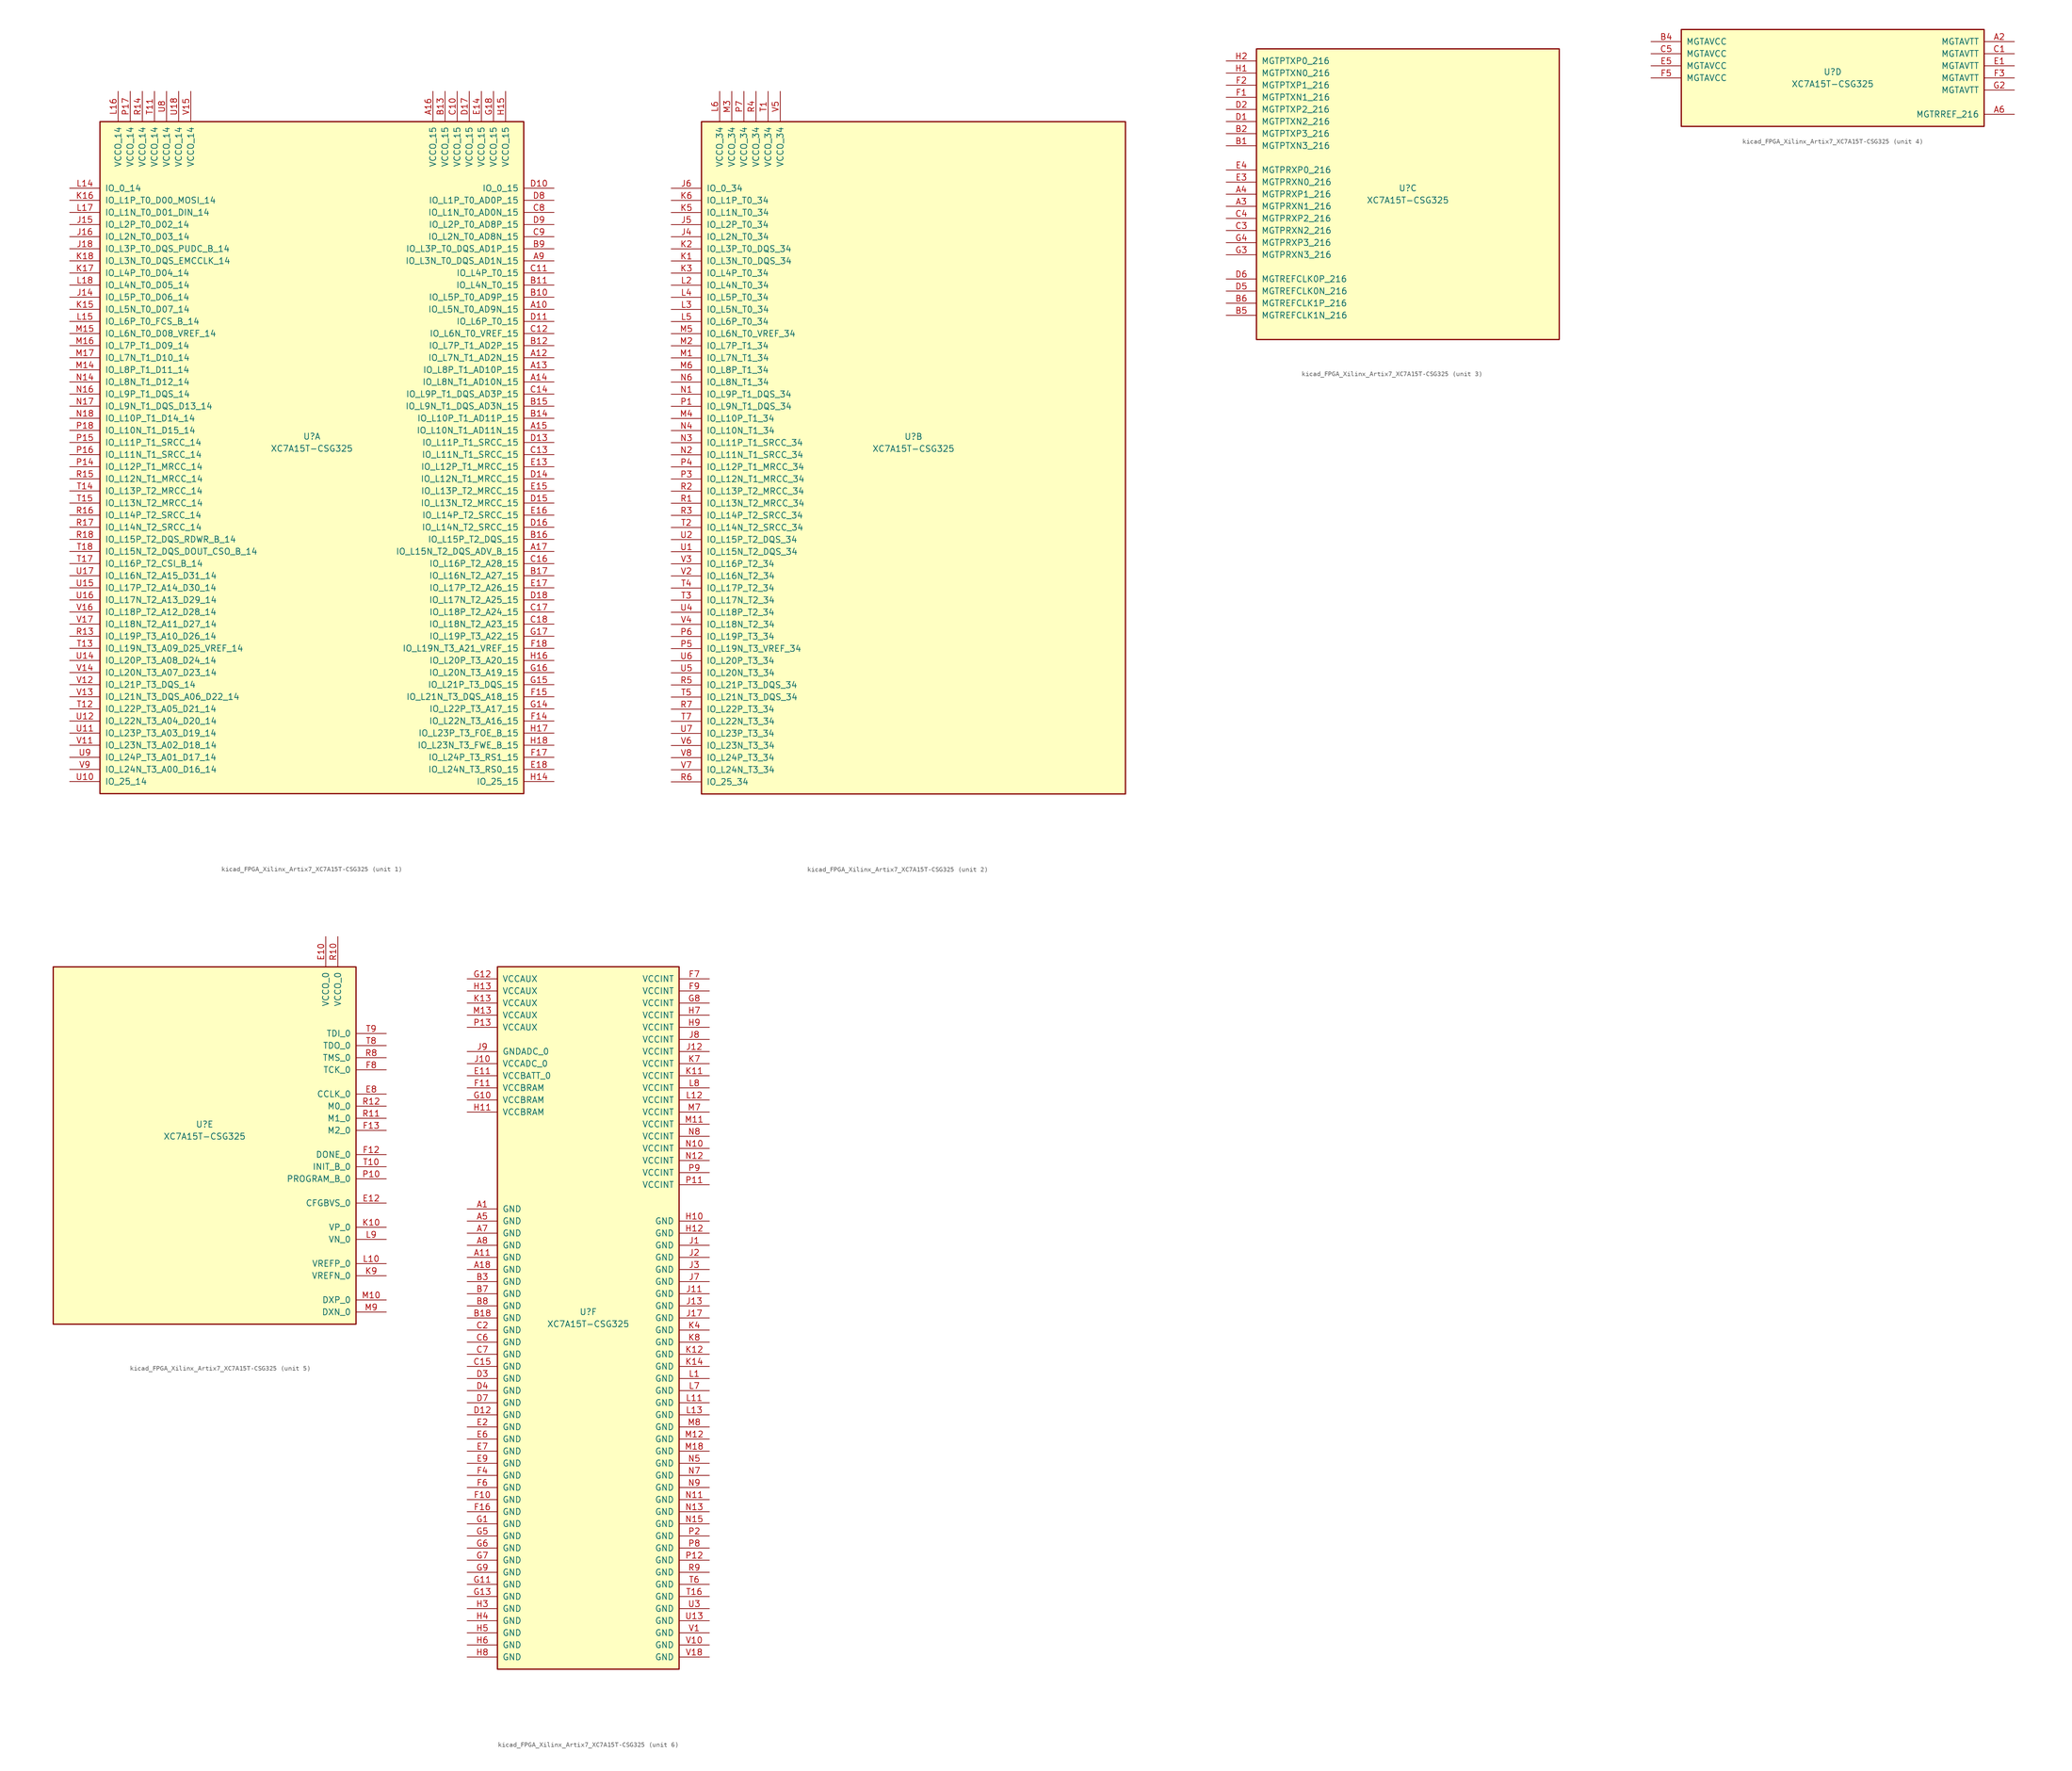
<source format=kicad_sym>
(kicad_symbol_lib
  (version 20220914)
  (generator kicad_symbol_editor)
  (symbol "kicad_FPGA_Xilinx_Artix7_XC7A15T-CSG325"
    (pin_names
      (offset 1.016))
    (property "Reference" "U"
      (at 0 1.27 0)
      (effects (font (size 1.27 1.27))))
    (property "Value" "XC7A15T-CSG325"
      (at 0 -1.27 0)
      (effects (font (size 1.27 1.27))))
    (property "Datasheet" ""
      (at 0 0 0)
      (effects (font (size 1.27 1.27))))
    (property "ki_locked" ""
      (at 0 0 0)
      (effects (font (size 1.27 1.27))))
    (symbol "kicad_FPGA_Xilinx_Artix7_XC7A15T-CSG325_1_1"
      (rectangle (start -44.45 67.31) (end 44.45 -73.66) (stroke (width 0.254) (type default)) (fill (type background)))
      (pin bidirectional line (at 50.8 27.94 180) (length 6.35) (name "IO_L5N_T0_AD9N_15" (effects (font (size 1.27 1.27)))) (number "A10" (effects (font (size 1.27 1.27)))))
      (pin bidirectional line (at 50.8 17.78 180) (length 6.35) (name "IO_L7N_T1_AD2N_15" (effects (font (size 1.27 1.27)))) (number "A12" (effects (font (size 1.27 1.27)))))
      (pin bidirectional line (at 50.8 15.24 180) (length 6.35) (name "IO_L8P_T1_AD10P_15" (effects (font (size 1.27 1.27)))) (number "A13" (effects (font (size 1.27 1.27)))))
      (pin bidirectional line (at 50.8 12.7 180) (length 6.35) (name "IO_L8N_T1_AD10N_15" (effects (font (size 1.27 1.27)))) (number "A14" (effects (font (size 1.27 1.27)))))
      (pin bidirectional line (at 50.8 2.54 180) (length 6.35) (name "IO_L10N_T1_AD11N_15" (effects (font (size 1.27 1.27)))) (number "A15" (effects (font (size 1.27 1.27)))))
      (pin power_in line (at 25.4 73.66 270) (length 6.35) (name "VCCO_15" (effects (font (size 1.27 1.27)))) (number "A16" (effects (font (size 1.27 1.27)))))
      (pin bidirectional line (at 50.8 -22.86 180) (length 6.35) (name "IO_L15N_T2_DQS_ADV_B_15" (effects (font (size 1.27 1.27)))) (number "A17" (effects (font (size 1.27 1.27)))))
      (pin bidirectional line (at 50.8 38.1 180) (length 6.35) (name "IO_L3N_T0_DQS_AD1N_15" (effects (font (size 1.27 1.27)))) (number "A9" (effects (font (size 1.27 1.27)))))
      (pin bidirectional line (at 50.8 30.48 180) (length 6.35) (name "IO_L5P_T0_AD9P_15" (effects (font (size 1.27 1.27)))) (number "B10" (effects (font (size 1.27 1.27)))))
      (pin bidirectional line (at 50.8 33.02 180) (length 6.35) (name "IO_L4N_T0_15" (effects (font (size 1.27 1.27)))) (number "B11" (effects (font (size 1.27 1.27)))))
      (pin bidirectional line (at 50.8 20.32 180) (length 6.35) (name "IO_L7P_T1_AD2P_15" (effects (font (size 1.27 1.27)))) (number "B12" (effects (font (size 1.27 1.27)))))
      (pin power_in line (at 27.94 73.66 270) (length 6.35) (name "VCCO_15" (effects (font (size 1.27 1.27)))) (number "B13" (effects (font (size 1.27 1.27)))))
      (pin bidirectional line (at 50.8 5.08 180) (length 6.35) (name "IO_L10P_T1_AD11P_15" (effects (font (size 1.27 1.27)))) (number "B14" (effects (font (size 1.27 1.27)))))
      (pin bidirectional line (at 50.8 7.62 180) (length 6.35) (name "IO_L9N_T1_DQS_AD3N_15" (effects (font (size 1.27 1.27)))) (number "B15" (effects (font (size 1.27 1.27)))))
      (pin bidirectional line (at 50.8 -20.32 180) (length 6.35) (name "IO_L15P_T2_DQS_15" (effects (font (size 1.27 1.27)))) (number "B16" (effects (font (size 1.27 1.27)))))
      (pin bidirectional line (at 50.8 -27.94 180) (length 6.35) (name "IO_L16N_T2_A27_15" (effects (font (size 1.27 1.27)))) (number "B17" (effects (font (size 1.27 1.27)))))
      (pin bidirectional line (at 50.8 40.64 180) (length 6.35) (name "IO_L3P_T0_DQS_AD1P_15" (effects (font (size 1.27 1.27)))) (number "B9" (effects (font (size 1.27 1.27)))))
      (pin power_in line (at 30.48 73.66 270) (length 6.35) (name "VCCO_15" (effects (font (size 1.27 1.27)))) (number "C10" (effects (font (size 1.27 1.27)))))
      (pin bidirectional line (at 50.8 35.56 180) (length 6.35) (name "IO_L4P_T0_15" (effects (font (size 1.27 1.27)))) (number "C11" (effects (font (size 1.27 1.27)))))
      (pin bidirectional line (at 50.8 22.86 180) (length 6.35) (name "IO_L6N_T0_VREF_15" (effects (font (size 1.27 1.27)))) (number "C12" (effects (font (size 1.27 1.27)))))
      (pin bidirectional line (at 50.8 -2.54 180) (length 6.35) (name "IO_L11N_T1_SRCC_15" (effects (font (size 1.27 1.27)))) (number "C13" (effects (font (size 1.27 1.27)))))
      (pin bidirectional line (at 50.8 10.16 180) (length 6.35) (name "IO_L9P_T1_DQS_AD3P_15" (effects (font (size 1.27 1.27)))) (number "C14" (effects (font (size 1.27 1.27)))))
      (pin bidirectional line (at 50.8 -25.4 180) (length 6.35) (name "IO_L16P_T2_A28_15" (effects (font (size 1.27 1.27)))) (number "C16" (effects (font (size 1.27 1.27)))))
      (pin bidirectional line (at 50.8 -35.56 180) (length 6.35) (name "IO_L18P_T2_A24_15" (effects (font (size 1.27 1.27)))) (number "C17" (effects (font (size 1.27 1.27)))))
      (pin bidirectional line (at 50.8 -38.1 180) (length 6.35) (name "IO_L18N_T2_A23_15" (effects (font (size 1.27 1.27)))) (number "C18" (effects (font (size 1.27 1.27)))))
      (pin bidirectional line (at 50.8 48.26 180) (length 6.35) (name "IO_L1N_T0_AD0N_15" (effects (font (size 1.27 1.27)))) (number "C8" (effects (font (size 1.27 1.27)))))
      (pin bidirectional line (at 50.8 43.18 180) (length 6.35) (name "IO_L2N_T0_AD8N_15" (effects (font (size 1.27 1.27)))) (number "C9" (effects (font (size 1.27 1.27)))))
      (pin bidirectional line (at 50.8 53.34 180) (length 6.35) (name "IO_0_15" (effects (font (size 1.27 1.27)))) (number "D10" (effects (font (size 1.27 1.27)))))
      (pin bidirectional line (at 50.8 25.4 180) (length 6.35) (name "IO_L6P_T0_15" (effects (font (size 1.27 1.27)))) (number "D11" (effects (font (size 1.27 1.27)))))
      (pin bidirectional line (at 50.8 0 180) (length 6.35) (name "IO_L11P_T1_SRCC_15" (effects (font (size 1.27 1.27)))) (number "D13" (effects (font (size 1.27 1.27)))))
      (pin bidirectional line (at 50.8 -7.62 180) (length 6.35) (name "IO_L12N_T1_MRCC_15" (effects (font (size 1.27 1.27)))) (number "D14" (effects (font (size 1.27 1.27)))))
      (pin bidirectional line (at 50.8 -12.7 180) (length 6.35) (name "IO_L13N_T2_MRCC_15" (effects (font (size 1.27 1.27)))) (number "D15" (effects (font (size 1.27 1.27)))))
      (pin bidirectional line (at 50.8 -17.78 180) (length 6.35) (name "IO_L14N_T2_SRCC_15" (effects (font (size 1.27 1.27)))) (number "D16" (effects (font (size 1.27 1.27)))))
      (pin power_in line (at 33.02 73.66 270) (length 6.35) (name "VCCO_15" (effects (font (size 1.27 1.27)))) (number "D17" (effects (font (size 1.27 1.27)))))
      (pin bidirectional line (at 50.8 -33.02 180) (length 6.35) (name "IO_L17N_T2_A25_15" (effects (font (size 1.27 1.27)))) (number "D18" (effects (font (size 1.27 1.27)))))
      (pin bidirectional line (at 50.8 50.8 180) (length 6.35) (name "IO_L1P_T0_AD0P_15" (effects (font (size 1.27 1.27)))) (number "D8" (effects (font (size 1.27 1.27)))))
      (pin bidirectional line (at 50.8 45.72 180) (length 6.35) (name "IO_L2P_T0_AD8P_15" (effects (font (size 1.27 1.27)))) (number "D9" (effects (font (size 1.27 1.27)))))
      (pin bidirectional line (at 50.8 -5.08 180) (length 6.35) (name "IO_L12P_T1_MRCC_15" (effects (font (size 1.27 1.27)))) (number "E13" (effects (font (size 1.27 1.27)))))
      (pin power_in line (at 35.56 73.66 270) (length 6.35) (name "VCCO_15" (effects (font (size 1.27 1.27)))) (number "E14" (effects (font (size 1.27 1.27)))))
      (pin bidirectional line (at 50.8 -10.16 180) (length 6.35) (name "IO_L13P_T2_MRCC_15" (effects (font (size 1.27 1.27)))) (number "E15" (effects (font (size 1.27 1.27)))))
      (pin bidirectional line (at 50.8 -15.24 180) (length 6.35) (name "IO_L14P_T2_SRCC_15" (effects (font (size 1.27 1.27)))) (number "E16" (effects (font (size 1.27 1.27)))))
      (pin bidirectional line (at 50.8 -30.48 180) (length 6.35) (name "IO_L17P_T2_A26_15" (effects (font (size 1.27 1.27)))) (number "E17" (effects (font (size 1.27 1.27)))))
      (pin bidirectional line (at 50.8 -68.58 180) (length 6.35) (name "IO_L24N_T3_RS0_15" (effects (font (size 1.27 1.27)))) (number "E18" (effects (font (size 1.27 1.27)))))
      (pin bidirectional line (at 50.8 -58.42 180) (length 6.35) (name "IO_L22N_T3_A16_15" (effects (font (size 1.27 1.27)))) (number "F14" (effects (font (size 1.27 1.27)))))
      (pin bidirectional line (at 50.8 -53.34 180) (length 6.35) (name "IO_L21N_T3_DQS_A18_15" (effects (font (size 1.27 1.27)))) (number "F15" (effects (font (size 1.27 1.27)))))
      (pin bidirectional line (at 50.8 -66.04 180) (length 6.35) (name "IO_L24P_T3_RS1_15" (effects (font (size 1.27 1.27)))) (number "F17" (effects (font (size 1.27 1.27)))))
      (pin bidirectional line (at 50.8 -43.18 180) (length 6.35) (name "IO_L19N_T3_A21_VREF_15" (effects (font (size 1.27 1.27)))) (number "F18" (effects (font (size 1.27 1.27)))))
      (pin bidirectional line (at 50.8 -55.88 180) (length 6.35) (name "IO_L22P_T3_A17_15" (effects (font (size 1.27 1.27)))) (number "G14" (effects (font (size 1.27 1.27)))))
      (pin bidirectional line (at 50.8 -50.8 180) (length 6.35) (name "IO_L21P_T3_DQS_15" (effects (font (size 1.27 1.27)))) (number "G15" (effects (font (size 1.27 1.27)))))
      (pin bidirectional line (at 50.8 -48.26 180) (length 6.35) (name "IO_L20N_T3_A19_15" (effects (font (size 1.27 1.27)))) (number "G16" (effects (font (size 1.27 1.27)))))
      (pin bidirectional line (at 50.8 -40.64 180) (length 6.35) (name "IO_L19P_T3_A22_15" (effects (font (size 1.27 1.27)))) (number "G17" (effects (font (size 1.27 1.27)))))
      (pin power_in line (at 38.1 73.66 270) (length 6.35) (name "VCCO_15" (effects (font (size 1.27 1.27)))) (number "G18" (effects (font (size 1.27 1.27)))))
      (pin bidirectional line (at 50.8 -71.12 180) (length 6.35) (name "IO_25_15" (effects (font (size 1.27 1.27)))) (number "H14" (effects (font (size 1.27 1.27)))))
      (pin power_in line (at 40.64 73.66 270) (length 6.35) (name "VCCO_15" (effects (font (size 1.27 1.27)))) (number "H15" (effects (font (size 1.27 1.27)))))
      (pin bidirectional line (at 50.8 -45.72 180) (length 6.35) (name "IO_L20P_T3_A20_15" (effects (font (size 1.27 1.27)))) (number "H16" (effects (font (size 1.27 1.27)))))
      (pin bidirectional line (at 50.8 -60.96 180) (length 6.35) (name "IO_L23P_T3_FOE_B_15" (effects (font (size 1.27 1.27)))) (number "H17" (effects (font (size 1.27 1.27)))))
      (pin bidirectional line (at 50.8 -63.5 180) (length 6.35) (name "IO_L23N_T3_FWE_B_15" (effects (font (size 1.27 1.27)))) (number "H18" (effects (font (size 1.27 1.27)))))
      (pin bidirectional line (at -50.8 30.48 0) (length 6.35) (name "IO_L5P_T0_D06_14" (effects (font (size 1.27 1.27)))) (number "J14" (effects (font (size 1.27 1.27)))))
      (pin bidirectional line (at -50.8 45.72 0) (length 6.35) (name "IO_L2P_T0_D02_14" (effects (font (size 1.27 1.27)))) (number "J15" (effects (font (size 1.27 1.27)))))
      (pin bidirectional line (at -50.8 43.18 0) (length 6.35) (name "IO_L2N_T0_D03_14" (effects (font (size 1.27 1.27)))) (number "J16" (effects (font (size 1.27 1.27)))))
      (pin bidirectional line (at -50.8 40.64 0) (length 6.35) (name "IO_L3P_T0_DQS_PUDC_B_14" (effects (font (size 1.27 1.27)))) (number "J18" (effects (font (size 1.27 1.27)))))
      (pin bidirectional line (at -50.8 27.94 0) (length 6.35) (name "IO_L5N_T0_D07_14" (effects (font (size 1.27 1.27)))) (number "K15" (effects (font (size 1.27 1.27)))))
      (pin bidirectional line (at -50.8 50.8 0) (length 6.35) (name "IO_L1P_T0_D00_MOSI_14" (effects (font (size 1.27 1.27)))) (number "K16" (effects (font (size 1.27 1.27)))))
      (pin bidirectional line (at -50.8 35.56 0) (length 6.35) (name "IO_L4P_T0_D04_14" (effects (font (size 1.27 1.27)))) (number "K17" (effects (font (size 1.27 1.27)))))
      (pin bidirectional line (at -50.8 38.1 0) (length 6.35) (name "IO_L3N_T0_DQS_EMCCLK_14" (effects (font (size 1.27 1.27)))) (number "K18" (effects (font (size 1.27 1.27)))))
      (pin bidirectional line (at -50.8 53.34 0) (length 6.35) (name "IO_0_14" (effects (font (size 1.27 1.27)))) (number "L14" (effects (font (size 1.27 1.27)))))
      (pin bidirectional line (at -50.8 25.4 0) (length 6.35) (name "IO_L6P_T0_FCS_B_14" (effects (font (size 1.27 1.27)))) (number "L15" (effects (font (size 1.27 1.27)))))
      (pin power_in line (at -40.64 73.66 270) (length 6.35) (name "VCCO_14" (effects (font (size 1.27 1.27)))) (number "L16" (effects (font (size 1.27 1.27)))))
      (pin bidirectional line (at -50.8 48.26 0) (length 6.35) (name "IO_L1N_T0_D01_DIN_14" (effects (font (size 1.27 1.27)))) (number "L17" (effects (font (size 1.27 1.27)))))
      (pin bidirectional line (at -50.8 33.02 0) (length 6.35) (name "IO_L4N_T0_D05_14" (effects (font (size 1.27 1.27)))) (number "L18" (effects (font (size 1.27 1.27)))))
      (pin bidirectional line (at -50.8 15.24 0) (length 6.35) (name "IO_L8P_T1_D11_14" (effects (font (size 1.27 1.27)))) (number "M14" (effects (font (size 1.27 1.27)))))
      (pin bidirectional line (at -50.8 22.86 0) (length 6.35) (name "IO_L6N_T0_D08_VREF_14" (effects (font (size 1.27 1.27)))) (number "M15" (effects (font (size 1.27 1.27)))))
      (pin bidirectional line (at -50.8 20.32 0) (length 6.35) (name "IO_L7P_T1_D09_14" (effects (font (size 1.27 1.27)))) (number "M16" (effects (font (size 1.27 1.27)))))
      (pin bidirectional line (at -50.8 17.78 0) (length 6.35) (name "IO_L7N_T1_D10_14" (effects (font (size 1.27 1.27)))) (number "M17" (effects (font (size 1.27 1.27)))))
      (pin bidirectional line (at -50.8 12.7 0) (length 6.35) (name "IO_L8N_T1_D12_14" (effects (font (size 1.27 1.27)))) (number "N14" (effects (font (size 1.27 1.27)))))
      (pin bidirectional line (at -50.8 10.16 0) (length 6.35) (name "IO_L9P_T1_DQS_14" (effects (font (size 1.27 1.27)))) (number "N16" (effects (font (size 1.27 1.27)))))
      (pin bidirectional line (at -50.8 7.62 0) (length 6.35) (name "IO_L9N_T1_DQS_D13_14" (effects (font (size 1.27 1.27)))) (number "N17" (effects (font (size 1.27 1.27)))))
      (pin bidirectional line (at -50.8 5.08 0) (length 6.35) (name "IO_L10P_T1_D14_14" (effects (font (size 1.27 1.27)))) (number "N18" (effects (font (size 1.27 1.27)))))
      (pin bidirectional line (at -50.8 -5.08 0) (length 6.35) (name "IO_L12P_T1_MRCC_14" (effects (font (size 1.27 1.27)))) (number "P14" (effects (font (size 1.27 1.27)))))
      (pin bidirectional line (at -50.8 0 0) (length 6.35) (name "IO_L11P_T1_SRCC_14" (effects (font (size 1.27 1.27)))) (number "P15" (effects (font (size 1.27 1.27)))))
      (pin bidirectional line (at -50.8 -2.54 0) (length 6.35) (name "IO_L11N_T1_SRCC_14" (effects (font (size 1.27 1.27)))) (number "P16" (effects (font (size 1.27 1.27)))))
      (pin power_in line (at -38.1 73.66 270) (length 6.35) (name "VCCO_14" (effects (font (size 1.27 1.27)))) (number "P17" (effects (font (size 1.27 1.27)))))
      (pin bidirectional line (at -50.8 2.54 0) (length 6.35) (name "IO_L10N_T1_D15_14" (effects (font (size 1.27 1.27)))) (number "P18" (effects (font (size 1.27 1.27)))))
      (pin bidirectional line (at -50.8 -40.64 0) (length 6.35) (name "IO_L19P_T3_A10_D26_14" (effects (font (size 1.27 1.27)))) (number "R13" (effects (font (size 1.27 1.27)))))
      (pin power_in line (at -35.56 73.66 270) (length 6.35) (name "VCCO_14" (effects (font (size 1.27 1.27)))) (number "R14" (effects (font (size 1.27 1.27)))))
      (pin bidirectional line (at -50.8 -7.62 0) (length 6.35) (name "IO_L12N_T1_MRCC_14" (effects (font (size 1.27 1.27)))) (number "R15" (effects (font (size 1.27 1.27)))))
      (pin bidirectional line (at -50.8 -15.24 0) (length 6.35) (name "IO_L14P_T2_SRCC_14" (effects (font (size 1.27 1.27)))) (number "R16" (effects (font (size 1.27 1.27)))))
      (pin bidirectional line (at -50.8 -17.78 0) (length 6.35) (name "IO_L14N_T2_SRCC_14" (effects (font (size 1.27 1.27)))) (number "R17" (effects (font (size 1.27 1.27)))))
      (pin bidirectional line (at -50.8 -20.32 0) (length 6.35) (name "IO_L15P_T2_DQS_RDWR_B_14" (effects (font (size 1.27 1.27)))) (number "R18" (effects (font (size 1.27 1.27)))))
      (pin power_in line (at -33.02 73.66 270) (length 6.35) (name "VCCO_14" (effects (font (size 1.27 1.27)))) (number "T11" (effects (font (size 1.27 1.27)))))
      (pin bidirectional line (at -50.8 -55.88 0) (length 6.35) (name "IO_L22P_T3_A05_D21_14" (effects (font (size 1.27 1.27)))) (number "T12" (effects (font (size 1.27 1.27)))))
      (pin bidirectional line (at -50.8 -43.18 0) (length 6.35) (name "IO_L19N_T3_A09_D25_VREF_14" (effects (font (size 1.27 1.27)))) (number "T13" (effects (font (size 1.27 1.27)))))
      (pin bidirectional line (at -50.8 -10.16 0) (length 6.35) (name "IO_L13P_T2_MRCC_14" (effects (font (size 1.27 1.27)))) (number "T14" (effects (font (size 1.27 1.27)))))
      (pin bidirectional line (at -50.8 -12.7 0) (length 6.35) (name "IO_L13N_T2_MRCC_14" (effects (font (size 1.27 1.27)))) (number "T15" (effects (font (size 1.27 1.27)))))
      (pin bidirectional line (at -50.8 -25.4 0) (length 6.35) (name "IO_L16P_T2_CSI_B_14" (effects (font (size 1.27 1.27)))) (number "T17" (effects (font (size 1.27 1.27)))))
      (pin bidirectional line (at -50.8 -22.86 0) (length 6.35) (name "IO_L15N_T2_DQS_DOUT_CSO_B_14" (effects (font (size 1.27 1.27)))) (number "T18" (effects (font (size 1.27 1.27)))))
      (pin bidirectional line (at -50.8 -71.12 0) (length 6.35) (name "IO_25_14" (effects (font (size 1.27 1.27)))) (number "U10" (effects (font (size 1.27 1.27)))))
      (pin bidirectional line (at -50.8 -60.96 0) (length 6.35) (name "IO_L23P_T3_A03_D19_14" (effects (font (size 1.27 1.27)))) (number "U11" (effects (font (size 1.27 1.27)))))
      (pin bidirectional line (at -50.8 -58.42 0) (length 6.35) (name "IO_L22N_T3_A04_D20_14" (effects (font (size 1.27 1.27)))) (number "U12" (effects (font (size 1.27 1.27)))))
      (pin bidirectional line (at -50.8 -45.72 0) (length 6.35) (name "IO_L20P_T3_A08_D24_14" (effects (font (size 1.27 1.27)))) (number "U14" (effects (font (size 1.27 1.27)))))
      (pin bidirectional line (at -50.8 -30.48 0) (length 6.35) (name "IO_L17P_T2_A14_D30_14" (effects (font (size 1.27 1.27)))) (number "U15" (effects (font (size 1.27 1.27)))))
      (pin bidirectional line (at -50.8 -33.02 0) (length 6.35) (name "IO_L17N_T2_A13_D29_14" (effects (font (size 1.27 1.27)))) (number "U16" (effects (font (size 1.27 1.27)))))
      (pin bidirectional line (at -50.8 -27.94 0) (length 6.35) (name "IO_L16N_T2_A15_D31_14" (effects (font (size 1.27 1.27)))) (number "U17" (effects (font (size 1.27 1.27)))))
      (pin power_in line (at -27.94 73.66 270) (length 6.35) (name "VCCO_14" (effects (font (size 1.27 1.27)))) (number "U18" (effects (font (size 1.27 1.27)))))
      (pin power_in line (at -30.48 73.66 270) (length 6.35) (name "VCCO_14" (effects (font (size 1.27 1.27)))) (number "U8" (effects (font (size 1.27 1.27)))))
      (pin bidirectional line (at -50.8 -66.04 0) (length 6.35) (name "IO_L24P_T3_A01_D17_14" (effects (font (size 1.27 1.27)))) (number "U9" (effects (font (size 1.27 1.27)))))
      (pin bidirectional line (at -50.8 -63.5 0) (length 6.35) (name "IO_L23N_T3_A02_D18_14" (effects (font (size 1.27 1.27)))) (number "V11" (effects (font (size 1.27 1.27)))))
      (pin bidirectional line (at -50.8 -50.8 0) (length 6.35) (name "IO_L21P_T3_DQS_14" (effects (font (size 1.27 1.27)))) (number "V12" (effects (font (size 1.27 1.27)))))
      (pin bidirectional line (at -50.8 -53.34 0) (length 6.35) (name "IO_L21N_T3_DQS_A06_D22_14" (effects (font (size 1.27 1.27)))) (number "V13" (effects (font (size 1.27 1.27)))))
      (pin bidirectional line (at -50.8 -48.26 0) (length 6.35) (name "IO_L20N_T3_A07_D23_14" (effects (font (size 1.27 1.27)))) (number "V14" (effects (font (size 1.27 1.27)))))
      (pin power_in line (at -25.4 73.66 270) (length 6.35) (name "VCCO_14" (effects (font (size 1.27 1.27)))) (number "V15" (effects (font (size 1.27 1.27)))))
      (pin bidirectional line (at -50.8 -35.56 0) (length 6.35) (name "IO_L18P_T2_A12_D28_14" (effects (font (size 1.27 1.27)))) (number "V16" (effects (font (size 1.27 1.27)))))
      (pin bidirectional line (at -50.8 -38.1 0) (length 6.35) (name "IO_L18N_T2_A11_D27_14" (effects (font (size 1.27 1.27)))) (number "V17" (effects (font (size 1.27 1.27)))))
      (pin bidirectional line (at -50.8 -68.58 0) (length 6.35) (name "IO_L24N_T3_A00_D16_14" (effects (font (size 1.27 1.27)))) (number "V9" (effects (font (size 1.27 1.27))))))
    (symbol "kicad_FPGA_Xilinx_Artix7_XC7A15T-CSG325_2_1"
      (rectangle (start -44.45 67.31) (end 44.45 -73.66) (stroke (width 0.254) (type default)) (fill (type background)))
      (pin bidirectional line (at -50.8 43.18 0) (length 6.35) (name "IO_L2N_T0_34" (effects (font (size 1.27 1.27)))) (number "J4" (effects (font (size 1.27 1.27)))))
      (pin bidirectional line (at -50.8 45.72 0) (length 6.35) (name "IO_L2P_T0_34" (effects (font (size 1.27 1.27)))) (number "J5" (effects (font (size 1.27 1.27)))))
      (pin bidirectional line (at -50.8 53.34 0) (length 6.35) (name "IO_0_34" (effects (font (size 1.27 1.27)))) (number "J6" (effects (font (size 1.27 1.27)))))
      (pin bidirectional line (at -50.8 38.1 0) (length 6.35) (name "IO_L3N_T0_DQS_34" (effects (font (size 1.27 1.27)))) (number "K1" (effects (font (size 1.27 1.27)))))
      (pin bidirectional line (at -50.8 40.64 0) (length 6.35) (name "IO_L3P_T0_DQS_34" (effects (font (size 1.27 1.27)))) (number "K2" (effects (font (size 1.27 1.27)))))
      (pin bidirectional line (at -50.8 35.56 0) (length 6.35) (name "IO_L4P_T0_34" (effects (font (size 1.27 1.27)))) (number "K3" (effects (font (size 1.27 1.27)))))
      (pin bidirectional line (at -50.8 48.26 0) (length 6.35) (name "IO_L1N_T0_34" (effects (font (size 1.27 1.27)))) (number "K5" (effects (font (size 1.27 1.27)))))
      (pin bidirectional line (at -50.8 50.8 0) (length 6.35) (name "IO_L1P_T0_34" (effects (font (size 1.27 1.27)))) (number "K6" (effects (font (size 1.27 1.27)))))
      (pin bidirectional line (at -50.8 33.02 0) (length 6.35) (name "IO_L4N_T0_34" (effects (font (size 1.27 1.27)))) (number "L2" (effects (font (size 1.27 1.27)))))
      (pin bidirectional line (at -50.8 27.94 0) (length 6.35) (name "IO_L5N_T0_34" (effects (font (size 1.27 1.27)))) (number "L3" (effects (font (size 1.27 1.27)))))
      (pin bidirectional line (at -50.8 30.48 0) (length 6.35) (name "IO_L5P_T0_34" (effects (font (size 1.27 1.27)))) (number "L4" (effects (font (size 1.27 1.27)))))
      (pin bidirectional line (at -50.8 25.4 0) (length 6.35) (name "IO_L6P_T0_34" (effects (font (size 1.27 1.27)))) (number "L5" (effects (font (size 1.27 1.27)))))
      (pin power_in line (at -40.64 73.66 270) (length 6.35) (name "VCCO_34" (effects (font (size 1.27 1.27)))) (number "L6" (effects (font (size 1.27 1.27)))))
      (pin bidirectional line (at -50.8 17.78 0) (length 6.35) (name "IO_L7N_T1_34" (effects (font (size 1.27 1.27)))) (number "M1" (effects (font (size 1.27 1.27)))))
      (pin bidirectional line (at -50.8 20.32 0) (length 6.35) (name "IO_L7P_T1_34" (effects (font (size 1.27 1.27)))) (number "M2" (effects (font (size 1.27 1.27)))))
      (pin power_in line (at -38.1 73.66 270) (length 6.35) (name "VCCO_34" (effects (font (size 1.27 1.27)))) (number "M3" (effects (font (size 1.27 1.27)))))
      (pin bidirectional line (at -50.8 5.08 0) (length 6.35) (name "IO_L10P_T1_34" (effects (font (size 1.27 1.27)))) (number "M4" (effects (font (size 1.27 1.27)))))
      (pin bidirectional line (at -50.8 22.86 0) (length 6.35) (name "IO_L6N_T0_VREF_34" (effects (font (size 1.27 1.27)))) (number "M5" (effects (font (size 1.27 1.27)))))
      (pin bidirectional line (at -50.8 15.24 0) (length 6.35) (name "IO_L8P_T1_34" (effects (font (size 1.27 1.27)))) (number "M6" (effects (font (size 1.27 1.27)))))
      (pin bidirectional line (at -50.8 10.16 0) (length 6.35) (name "IO_L9P_T1_DQS_34" (effects (font (size 1.27 1.27)))) (number "N1" (effects (font (size 1.27 1.27)))))
      (pin bidirectional line (at -50.8 -2.54 0) (length 6.35) (name "IO_L11N_T1_SRCC_34" (effects (font (size 1.27 1.27)))) (number "N2" (effects (font (size 1.27 1.27)))))
      (pin bidirectional line (at -50.8 0 0) (length 6.35) (name "IO_L11P_T1_SRCC_34" (effects (font (size 1.27 1.27)))) (number "N3" (effects (font (size 1.27 1.27)))))
      (pin bidirectional line (at -50.8 2.54 0) (length 6.35) (name "IO_L10N_T1_34" (effects (font (size 1.27 1.27)))) (number "N4" (effects (font (size 1.27 1.27)))))
      (pin bidirectional line (at -50.8 12.7 0) (length 6.35) (name "IO_L8N_T1_34" (effects (font (size 1.27 1.27)))) (number "N6" (effects (font (size 1.27 1.27)))))
      (pin bidirectional line (at -50.8 7.62 0) (length 6.35) (name "IO_L9N_T1_DQS_34" (effects (font (size 1.27 1.27)))) (number "P1" (effects (font (size 1.27 1.27)))))
      (pin bidirectional line (at -50.8 -7.62 0) (length 6.35) (name "IO_L12N_T1_MRCC_34" (effects (font (size 1.27 1.27)))) (number "P3" (effects (font (size 1.27 1.27)))))
      (pin bidirectional line (at -50.8 -5.08 0) (length 6.35) (name "IO_L12P_T1_MRCC_34" (effects (font (size 1.27 1.27)))) (number "P4" (effects (font (size 1.27 1.27)))))
      (pin bidirectional line (at -50.8 -43.18 0) (length 6.35) (name "IO_L19N_T3_VREF_34" (effects (font (size 1.27 1.27)))) (number "P5" (effects (font (size 1.27 1.27)))))
      (pin bidirectional line (at -50.8 -40.64 0) (length 6.35) (name "IO_L19P_T3_34" (effects (font (size 1.27 1.27)))) (number "P6" (effects (font (size 1.27 1.27)))))
      (pin power_in line (at -35.56 73.66 270) (length 6.35) (name "VCCO_34" (effects (font (size 1.27 1.27)))) (number "P7" (effects (font (size 1.27 1.27)))))
      (pin bidirectional line (at -50.8 -12.7 0) (length 6.35) (name "IO_L13N_T2_MRCC_34" (effects (font (size 1.27 1.27)))) (number "R1" (effects (font (size 1.27 1.27)))))
      (pin bidirectional line (at -50.8 -10.16 0) (length 6.35) (name "IO_L13P_T2_MRCC_34" (effects (font (size 1.27 1.27)))) (number "R2" (effects (font (size 1.27 1.27)))))
      (pin bidirectional line (at -50.8 -15.24 0) (length 6.35) (name "IO_L14P_T2_SRCC_34" (effects (font (size 1.27 1.27)))) (number "R3" (effects (font (size 1.27 1.27)))))
      (pin power_in line (at -33.02 73.66 270) (length 6.35) (name "VCCO_34" (effects (font (size 1.27 1.27)))) (number "R4" (effects (font (size 1.27 1.27)))))
      (pin bidirectional line (at -50.8 -50.8 0) (length 6.35) (name "IO_L21P_T3_DQS_34" (effects (font (size 1.27 1.27)))) (number "R5" (effects (font (size 1.27 1.27)))))
      (pin bidirectional line (at -50.8 -71.12 0) (length 6.35) (name "IO_25_34" (effects (font (size 1.27 1.27)))) (number "R6" (effects (font (size 1.27 1.27)))))
      (pin bidirectional line (at -50.8 -55.88 0) (length 6.35) (name "IO_L22P_T3_34" (effects (font (size 1.27 1.27)))) (number "R7" (effects (font (size 1.27 1.27)))))
      (pin power_in line (at -30.48 73.66 270) (length 6.35) (name "VCCO_34" (effects (font (size 1.27 1.27)))) (number "T1" (effects (font (size 1.27 1.27)))))
      (pin bidirectional line (at -50.8 -17.78 0) (length 6.35) (name "IO_L14N_T2_SRCC_34" (effects (font (size 1.27 1.27)))) (number "T2" (effects (font (size 1.27 1.27)))))
      (pin bidirectional line (at -50.8 -33.02 0) (length 6.35) (name "IO_L17N_T2_34" (effects (font (size 1.27 1.27)))) (number "T3" (effects (font (size 1.27 1.27)))))
      (pin bidirectional line (at -50.8 -30.48 0) (length 6.35) (name "IO_L17P_T2_34" (effects (font (size 1.27 1.27)))) (number "T4" (effects (font (size 1.27 1.27)))))
      (pin bidirectional line (at -50.8 -53.34 0) (length 6.35) (name "IO_L21N_T3_DQS_34" (effects (font (size 1.27 1.27)))) (number "T5" (effects (font (size 1.27 1.27)))))
      (pin bidirectional line (at -50.8 -58.42 0) (length 6.35) (name "IO_L22N_T3_34" (effects (font (size 1.27 1.27)))) (number "T7" (effects (font (size 1.27 1.27)))))
      (pin bidirectional line (at -50.8 -22.86 0) (length 6.35) (name "IO_L15N_T2_DQS_34" (effects (font (size 1.27 1.27)))) (number "U1" (effects (font (size 1.27 1.27)))))
      (pin bidirectional line (at -50.8 -20.32 0) (length 6.35) (name "IO_L15P_T2_DQS_34" (effects (font (size 1.27 1.27)))) (number "U2" (effects (font (size 1.27 1.27)))))
      (pin bidirectional line (at -50.8 -35.56 0) (length 6.35) (name "IO_L18P_T2_34" (effects (font (size 1.27 1.27)))) (number "U4" (effects (font (size 1.27 1.27)))))
      (pin bidirectional line (at -50.8 -48.26 0) (length 6.35) (name "IO_L20N_T3_34" (effects (font (size 1.27 1.27)))) (number "U5" (effects (font (size 1.27 1.27)))))
      (pin bidirectional line (at -50.8 -45.72 0) (length 6.35) (name "IO_L20P_T3_34" (effects (font (size 1.27 1.27)))) (number "U6" (effects (font (size 1.27 1.27)))))
      (pin bidirectional line (at -50.8 -60.96 0) (length 6.35) (name "IO_L23P_T3_34" (effects (font (size 1.27 1.27)))) (number "U7" (effects (font (size 1.27 1.27)))))
      (pin bidirectional line (at -50.8 -27.94 0) (length 6.35) (name "IO_L16N_T2_34" (effects (font (size 1.27 1.27)))) (number "V2" (effects (font (size 1.27 1.27)))))
      (pin bidirectional line (at -50.8 -25.4 0) (length 6.35) (name "IO_L16P_T2_34" (effects (font (size 1.27 1.27)))) (number "V3" (effects (font (size 1.27 1.27)))))
      (pin bidirectional line (at -50.8 -38.1 0) (length 6.35) (name "IO_L18N_T2_34" (effects (font (size 1.27 1.27)))) (number "V4" (effects (font (size 1.27 1.27)))))
      (pin power_in line (at -27.94 73.66 270) (length 6.35) (name "VCCO_34" (effects (font (size 1.27 1.27)))) (number "V5" (effects (font (size 1.27 1.27)))))
      (pin bidirectional line (at -50.8 -63.5 0) (length 6.35) (name "IO_L23N_T3_34" (effects (font (size 1.27 1.27)))) (number "V6" (effects (font (size 1.27 1.27)))))
      (pin bidirectional line (at -50.8 -68.58 0) (length 6.35) (name "IO_L24N_T3_34" (effects (font (size 1.27 1.27)))) (number "V7" (effects (font (size 1.27 1.27)))))
      (pin bidirectional line (at -50.8 -66.04 0) (length 6.35) (name "IO_L24P_T3_34" (effects (font (size 1.27 1.27)))) (number "V8" (effects (font (size 1.27 1.27))))))
    (symbol "kicad_FPGA_Xilinx_Artix7_XC7A15T-CSG325_3_1"
      (rectangle (start -31.75 30.48) (end 31.75 -30.48) (stroke (width 0.254) (type default)) (fill (type background)))
      (pin bidirectional line (at -38.1 -2.54 0) (length 6.35) (name "MGTPRXN1_216" (effects (font (size 1.27 1.27)))) (number "A3" (effects (font (size 1.27 1.27)))))
      (pin bidirectional line (at -38.1 0 0) (length 6.35) (name "MGTPRXP1_216" (effects (font (size 1.27 1.27)))) (number "A4" (effects (font (size 1.27 1.27)))))
      (pin bidirectional line (at -38.1 10.16 0) (length 6.35) (name "MGTPTXN3_216" (effects (font (size 1.27 1.27)))) (number "B1" (effects (font (size 1.27 1.27)))))
      (pin bidirectional line (at -38.1 12.7 0) (length 6.35) (name "MGTPTXP3_216" (effects (font (size 1.27 1.27)))) (number "B2" (effects (font (size 1.27 1.27)))))
      (pin bidirectional line (at -38.1 -25.4 0) (length 6.35) (name "MGTREFCLK1N_216" (effects (font (size 1.27 1.27)))) (number "B5" (effects (font (size 1.27 1.27)))))
      (pin bidirectional line (at -38.1 -22.86 0) (length 6.35) (name "MGTREFCLK1P_216" (effects (font (size 1.27 1.27)))) (number "B6" (effects (font (size 1.27 1.27)))))
      (pin bidirectional line (at -38.1 -7.62 0) (length 6.35) (name "MGTPRXN2_216" (effects (font (size 1.27 1.27)))) (number "C3" (effects (font (size 1.27 1.27)))))
      (pin bidirectional line (at -38.1 -5.08 0) (length 6.35) (name "MGTPRXP2_216" (effects (font (size 1.27 1.27)))) (number "C4" (effects (font (size 1.27 1.27)))))
      (pin bidirectional line (at -38.1 15.24 0) (length 6.35) (name "MGTPTXN2_216" (effects (font (size 1.27 1.27)))) (number "D1" (effects (font (size 1.27 1.27)))))
      (pin bidirectional line (at -38.1 17.78 0) (length 6.35) (name "MGTPTXP2_216" (effects (font (size 1.27 1.27)))) (number "D2" (effects (font (size 1.27 1.27)))))
      (pin bidirectional line (at -38.1 -20.32 0) (length 6.35) (name "MGTREFCLK0N_216" (effects (font (size 1.27 1.27)))) (number "D5" (effects (font (size 1.27 1.27)))))
      (pin bidirectional line (at -38.1 -17.78 0) (length 6.35) (name "MGTREFCLK0P_216" (effects (font (size 1.27 1.27)))) (number "D6" (effects (font (size 1.27 1.27)))))
      (pin bidirectional line (at -38.1 2.54 0) (length 6.35) (name "MGTPRXN0_216" (effects (font (size 1.27 1.27)))) (number "E3" (effects (font (size 1.27 1.27)))))
      (pin bidirectional line (at -38.1 5.08 0) (length 6.35) (name "MGTPRXP0_216" (effects (font (size 1.27 1.27)))) (number "E4" (effects (font (size 1.27 1.27)))))
      (pin bidirectional line (at -38.1 20.32 0) (length 6.35) (name "MGTPTXN1_216" (effects (font (size 1.27 1.27)))) (number "F1" (effects (font (size 1.27 1.27)))))
      (pin bidirectional line (at -38.1 22.86 0) (length 6.35) (name "MGTPTXP1_216" (effects (font (size 1.27 1.27)))) (number "F2" (effects (font (size 1.27 1.27)))))
      (pin bidirectional line (at -38.1 -12.7 0) (length 6.35) (name "MGTPRXN3_216" (effects (font (size 1.27 1.27)))) (number "G3" (effects (font (size 1.27 1.27)))))
      (pin bidirectional line (at -38.1 -10.16 0) (length 6.35) (name "MGTPRXP3_216" (effects (font (size 1.27 1.27)))) (number "G4" (effects (font (size 1.27 1.27)))))
      (pin bidirectional line (at -38.1 25.4 0) (length 6.35) (name "MGTPTXN0_216" (effects (font (size 1.27 1.27)))) (number "H1" (effects (font (size 1.27 1.27)))))
      (pin bidirectional line (at -38.1 27.94 0) (length 6.35) (name "MGTPTXP0_216" (effects (font (size 1.27 1.27)))) (number "H2" (effects (font (size 1.27 1.27))))))
    (symbol "kicad_FPGA_Xilinx_Artix7_XC7A15T-CSG325_4_1"
      (rectangle (start -31.75 10.16) (end 31.75 -10.16) (stroke (width 0.254) (type default)) (fill (type background)))
      (pin power_in line (at 38.1 7.62 180) (length 6.35) (name "MGTAVTT" (effects (font (size 1.27 1.27)))) (number "A2" (effects (font (size 1.27 1.27)))))
      (pin power_in line (at 38.1 -7.62 180) (length 6.35) (name "MGTRREF_216" (effects (font (size 1.27 1.27)))) (number "A6" (effects (font (size 1.27 1.27)))))
      (pin power_in line (at -38.1 7.62 0) (length 6.35) (name "MGTAVCC" (effects (font (size 1.27 1.27)))) (number "B4" (effects (font (size 1.27 1.27)))))
      (pin power_in line (at 38.1 5.08 180) (length 6.35) (name "MGTAVTT" (effects (font (size 1.27 1.27)))) (number "C1" (effects (font (size 1.27 1.27)))))
      (pin power_in line (at -38.1 5.08 0) (length 6.35) (name "MGTAVCC" (effects (font (size 1.27 1.27)))) (number "C5" (effects (font (size 1.27 1.27)))))
      (pin power_in line (at 38.1 2.54 180) (length 6.35) (name "MGTAVTT" (effects (font (size 1.27 1.27)))) (number "E1" (effects (font (size 1.27 1.27)))))
      (pin power_in line (at -38.1 2.54 0) (length 6.35) (name "MGTAVCC" (effects (font (size 1.27 1.27)))) (number "E5" (effects (font (size 1.27 1.27)))))
      (pin power_in line (at 38.1 0 180) (length 6.35) (name "MGTAVTT" (effects (font (size 1.27 1.27)))) (number "F3" (effects (font (size 1.27 1.27)))))
      (pin power_in line (at -38.1 0 0) (length 6.35) (name "MGTAVCC" (effects (font (size 1.27 1.27)))) (number "F5" (effects (font (size 1.27 1.27)))))
      (pin power_in line (at 38.1 -2.54 180) (length 6.35) (name "MGTAVTT" (effects (font (size 1.27 1.27)))) (number "G2" (effects (font (size 1.27 1.27))))))
    (symbol "kicad_FPGA_Xilinx_Artix7_XC7A15T-CSG325_5_1"
      (rectangle (start -31.75 34.29) (end 31.75 -40.64) (stroke (width 0.254) (type default)) (fill (type background)))
      (pin power_in line (at 25.4 40.64 270) (length 6.35) (name "VCCO_0" (effects (font (size 1.27 1.27)))) (number "E10" (effects (font (size 1.27 1.27)))))
      (pin bidirectional line (at 38.1 -15.24 180) (length 6.35) (name "CFGBVS_0" (effects (font (size 1.27 1.27)))) (number "E12" (effects (font (size 1.27 1.27)))))
      (pin bidirectional line (at 38.1 7.62 180) (length 6.35) (name "CCLK_0" (effects (font (size 1.27 1.27)))) (number "E8" (effects (font (size 1.27 1.27)))))
      (pin bidirectional line (at 38.1 -5.08 180) (length 6.35) (name "DONE_0" (effects (font (size 1.27 1.27)))) (number "F12" (effects (font (size 1.27 1.27)))))
      (pin bidirectional line (at 38.1 0 180) (length 6.35) (name "M2_0" (effects (font (size 1.27 1.27)))) (number "F13" (effects (font (size 1.27 1.27)))))
      (pin bidirectional line (at 38.1 12.7 180) (length 6.35) (name "TCK_0" (effects (font (size 1.27 1.27)))) (number "F8" (effects (font (size 1.27 1.27)))))
      (pin bidirectional line (at 38.1 -20.32 180) (length 6.35) (name "VP_0" (effects (font (size 1.27 1.27)))) (number "K10" (effects (font (size 1.27 1.27)))))
      (pin bidirectional line (at 38.1 -30.48 180) (length 6.35) (name "VREFN_0" (effects (font (size 1.27 1.27)))) (number "K9" (effects (font (size 1.27 1.27)))))
      (pin bidirectional line (at 38.1 -27.94 180) (length 6.35) (name "VREFP_0" (effects (font (size 1.27 1.27)))) (number "L10" (effects (font (size 1.27 1.27)))))
      (pin bidirectional line (at 38.1 -22.86 180) (length 6.35) (name "VN_0" (effects (font (size 1.27 1.27)))) (number "L9" (effects (font (size 1.27 1.27)))))
      (pin bidirectional line (at 38.1 -35.56 180) (length 6.35) (name "DXP_0" (effects (font (size 1.27 1.27)))) (number "M10" (effects (font (size 1.27 1.27)))))
      (pin bidirectional line (at 38.1 -38.1 180) (length 6.35) (name "DXN_0" (effects (font (size 1.27 1.27)))) (number "M9" (effects (font (size 1.27 1.27)))))
      (pin bidirectional line (at 38.1 -10.16 180) (length 6.35) (name "PROGRAM_B_0" (effects (font (size 1.27 1.27)))) (number "P10" (effects (font (size 1.27 1.27)))))
      (pin power_in line (at 27.94 40.64 270) (length 6.35) (name "VCCO_0" (effects (font (size 1.27 1.27)))) (number "R10" (effects (font (size 1.27 1.27)))))
      (pin bidirectional line (at 38.1 2.54 180) (length 6.35) (name "M1_0" (effects (font (size 1.27 1.27)))) (number "R11" (effects (font (size 1.27 1.27)))))
      (pin bidirectional line (at 38.1 5.08 180) (length 6.35) (name "M0_0" (effects (font (size 1.27 1.27)))) (number "R12" (effects (font (size 1.27 1.27)))))
      (pin bidirectional line (at 38.1 15.24 180) (length 6.35) (name "TMS_0" (effects (font (size 1.27 1.27)))) (number "R8" (effects (font (size 1.27 1.27)))))
      (pin bidirectional line (at 38.1 -7.62 180) (length 6.35) (name "INIT_B_0" (effects (font (size 1.27 1.27)))) (number "T10" (effects (font (size 1.27 1.27)))))
      (pin bidirectional line (at 38.1 17.78 180) (length 6.35) (name "TDO_0" (effects (font (size 1.27 1.27)))) (number "T8" (effects (font (size 1.27 1.27)))))
      (pin bidirectional line (at 38.1 20.32 180) (length 6.35) (name "TDI_0" (effects (font (size 1.27 1.27)))) (number "T9" (effects (font (size 1.27 1.27))))))
    (symbol "kicad_FPGA_Xilinx_Artix7_XC7A15T-CSG325_6_1"
      (rectangle (start -19.05 73.66) (end 19.05 -73.66) (stroke (width 0.254) (type default)) (fill (type background)))
      (pin power_in line (at -25.4 22.86 0) (length 6.35) (name "GND" (effects (font (size 1.27 1.27)))) (number "A1" (effects (font (size 1.27 1.27)))))
      (pin power_in line (at -25.4 12.7 0) (length 6.35) (name "GND" (effects (font (size 1.27 1.27)))) (number "A11" (effects (font (size 1.27 1.27)))))
      (pin power_in line (at -25.4 10.16 0) (length 6.35) (name "GND" (effects (font (size 1.27 1.27)))) (number "A18" (effects (font (size 1.27 1.27)))))
      (pin power_in line (at -25.4 20.32 0) (length 6.35) (name "GND" (effects (font (size 1.27 1.27)))) (number "A5" (effects (font (size 1.27 1.27)))))
      (pin power_in line (at -25.4 17.78 0) (length 6.35) (name "GND" (effects (font (size 1.27 1.27)))) (number "A7" (effects (font (size 1.27 1.27)))))
      (pin power_in line (at -25.4 15.24 0) (length 6.35) (name "GND" (effects (font (size 1.27 1.27)))) (number "A8" (effects (font (size 1.27 1.27)))))
      (pin power_in line (at -25.4 0 0) (length 6.35) (name "GND" (effects (font (size 1.27 1.27)))) (number "B18" (effects (font (size 1.27 1.27)))))
      (pin power_in line (at -25.4 7.62 0) (length 6.35) (name "GND" (effects (font (size 1.27 1.27)))) (number "B3" (effects (font (size 1.27 1.27)))))
      (pin power_in line (at -25.4 5.08 0) (length 6.35) (name "GND" (effects (font (size 1.27 1.27)))) (number "B7" (effects (font (size 1.27 1.27)))))
      (pin power_in line (at -25.4 2.54 0) (length 6.35) (name "GND" (effects (font (size 1.27 1.27)))) (number "B8" (effects (font (size 1.27 1.27)))))
      (pin power_in line (at -25.4 -10.16 0) (length 6.35) (name "GND" (effects (font (size 1.27 1.27)))) (number "C15" (effects (font (size 1.27 1.27)))))
      (pin power_in line (at -25.4 -2.54 0) (length 6.35) (name "GND" (effects (font (size 1.27 1.27)))) (number "C2" (effects (font (size 1.27 1.27)))))
      (pin power_in line (at -25.4 -5.08 0) (length 6.35) (name "GND" (effects (font (size 1.27 1.27)))) (number "C6" (effects (font (size 1.27 1.27)))))
      (pin power_in line (at -25.4 -7.62 0) (length 6.35) (name "GND" (effects (font (size 1.27 1.27)))) (number "C7" (effects (font (size 1.27 1.27)))))
      (pin power_in line (at -25.4 -20.32 0) (length 6.35) (name "GND" (effects (font (size 1.27 1.27)))) (number "D12" (effects (font (size 1.27 1.27)))))
      (pin power_in line (at -25.4 -12.7 0) (length 6.35) (name "GND" (effects (font (size 1.27 1.27)))) (number "D3" (effects (font (size 1.27 1.27)))))
      (pin power_in line (at -25.4 -15.24 0) (length 6.35) (name "GND" (effects (font (size 1.27 1.27)))) (number "D4" (effects (font (size 1.27 1.27)))))
      (pin power_in line (at -25.4 -17.78 0) (length 6.35) (name "GND" (effects (font (size 1.27 1.27)))) (number "D7" (effects (font (size 1.27 1.27)))))
      (pin power_in line (at -25.4 50.8 0) (length 6.35) (name "VCCBATT_0" (effects (font (size 1.27 1.27)))) (number "E11" (effects (font (size 1.27 1.27)))))
      (pin power_in line (at -25.4 -22.86 0) (length 6.35) (name "GND" (effects (font (size 1.27 1.27)))) (number "E2" (effects (font (size 1.27 1.27)))))
      (pin power_in line (at -25.4 -25.4 0) (length 6.35) (name "GND" (effects (font (size 1.27 1.27)))) (number "E6" (effects (font (size 1.27 1.27)))))
      (pin power_in line (at -25.4 -27.94 0) (length 6.35) (name "GND" (effects (font (size 1.27 1.27)))) (number "E7" (effects (font (size 1.27 1.27)))))
      (pin power_in line (at -25.4 -30.48 0) (length 6.35) (name "GND" (effects (font (size 1.27 1.27)))) (number "E9" (effects (font (size 1.27 1.27)))))
      (pin power_in line (at -25.4 -38.1 0) (length 6.35) (name "GND" (effects (font (size 1.27 1.27)))) (number "F10" (effects (font (size 1.27 1.27)))))
      (pin power_in line (at -25.4 48.26 0) (length 6.35) (name "VCCBRAM" (effects (font (size 1.27 1.27)))) (number "F11" (effects (font (size 1.27 1.27)))))
      (pin power_in line (at -25.4 -40.64 0) (length 6.35) (name "GND" (effects (font (size 1.27 1.27)))) (number "F16" (effects (font (size 1.27 1.27)))))
      (pin power_in line (at -25.4 -33.02 0) (length 6.35) (name "GND" (effects (font (size 1.27 1.27)))) (number "F4" (effects (font (size 1.27 1.27)))))
      (pin power_in line (at -25.4 -35.56 0) (length 6.35) (name "GND" (effects (font (size 1.27 1.27)))) (number "F6" (effects (font (size 1.27 1.27)))))
      (pin power_in line (at 25.4 71.12 180) (length 6.35) (name "VCCINT" (effects (font (size 1.27 1.27)))) (number "F7" (effects (font (size 1.27 1.27)))))
      (pin power_in line (at 25.4 68.58 180) (length 6.35) (name "VCCINT" (effects (font (size 1.27 1.27)))) (number "F9" (effects (font (size 1.27 1.27)))))
      (pin power_in line (at -25.4 -43.18 0) (length 6.35) (name "GND" (effects (font (size 1.27 1.27)))) (number "G1" (effects (font (size 1.27 1.27)))))
      (pin power_in line (at -25.4 45.72 0) (length 6.35) (name "VCCBRAM" (effects (font (size 1.27 1.27)))) (number "G10" (effects (font (size 1.27 1.27)))))
      (pin power_in line (at -25.4 -55.88 0) (length 6.35) (name "GND" (effects (font (size 1.27 1.27)))) (number "G11" (effects (font (size 1.27 1.27)))))
      (pin power_in line (at -25.4 71.12 0) (length 6.35) (name "VCCAUX" (effects (font (size 1.27 1.27)))) (number "G12" (effects (font (size 1.27 1.27)))))
      (pin power_in line (at -25.4 -58.42 0) (length 6.35) (name "GND" (effects (font (size 1.27 1.27)))) (number "G13" (effects (font (size 1.27 1.27)))))
      (pin power_in line (at -25.4 -45.72 0) (length 6.35) (name "GND" (effects (font (size 1.27 1.27)))) (number "G5" (effects (font (size 1.27 1.27)))))
      (pin power_in line (at -25.4 -48.26 0) (length 6.35) (name "GND" (effects (font (size 1.27 1.27)))) (number "G6" (effects (font (size 1.27 1.27)))))
      (pin power_in line (at -25.4 -50.8 0) (length 6.35) (name "GND" (effects (font (size 1.27 1.27)))) (number "G7" (effects (font (size 1.27 1.27)))))
      (pin power_in line (at 25.4 66.04 180) (length 6.35) (name "VCCINT" (effects (font (size 1.27 1.27)))) (number "G8" (effects (font (size 1.27 1.27)))))
      (pin power_in line (at -25.4 -53.34 0) (length 6.35) (name "GND" (effects (font (size 1.27 1.27)))) (number "G9" (effects (font (size 1.27 1.27)))))
      (pin power_in line (at 25.4 20.32 180) (length 6.35) (name "GND" (effects (font (size 1.27 1.27)))) (number "H10" (effects (font (size 1.27 1.27)))))
      (pin power_in line (at -25.4 43.18 0) (length 6.35) (name "VCCBRAM" (effects (font (size 1.27 1.27)))) (number "H11" (effects (font (size 1.27 1.27)))))
      (pin power_in line (at 25.4 17.78 180) (length 6.35) (name "GND" (effects (font (size 1.27 1.27)))) (number "H12" (effects (font (size 1.27 1.27)))))
      (pin power_in line (at -25.4 68.58 0) (length 6.35) (name "VCCAUX" (effects (font (size 1.27 1.27)))) (number "H13" (effects (font (size 1.27 1.27)))))
      (pin power_in line (at -25.4 -60.96 0) (length 6.35) (name "GND" (effects (font (size 1.27 1.27)))) (number "H3" (effects (font (size 1.27 1.27)))))
      (pin power_in line (at -25.4 -63.5 0) (length 6.35) (name "GND" (effects (font (size 1.27 1.27)))) (number "H4" (effects (font (size 1.27 1.27)))))
      (pin power_in line (at -25.4 -66.04 0) (length 6.35) (name "GND" (effects (font (size 1.27 1.27)))) (number "H5" (effects (font (size 1.27 1.27)))))
      (pin power_in line (at -25.4 -68.58 0) (length 6.35) (name "GND" (effects (font (size 1.27 1.27)))) (number "H6" (effects (font (size 1.27 1.27)))))
      (pin power_in line (at 25.4 63.5 180) (length 6.35) (name "VCCINT" (effects (font (size 1.27 1.27)))) (number "H7" (effects (font (size 1.27 1.27)))))
      (pin power_in line (at -25.4 -71.12 0) (length 6.35) (name "GND" (effects (font (size 1.27 1.27)))) (number "H8" (effects (font (size 1.27 1.27)))))
      (pin power_in line (at 25.4 60.96 180) (length 6.35) (name "VCCINT" (effects (font (size 1.27 1.27)))) (number "H9" (effects (font (size 1.27 1.27)))))
      (pin power_in line (at 25.4 15.24 180) (length 6.35) (name "GND" (effects (font (size 1.27 1.27)))) (number "J1" (effects (font (size 1.27 1.27)))))
      (pin power_in line (at -25.4 53.34 0) (length 6.35) (name "VCCADC_0" (effects (font (size 1.27 1.27)))) (number "J10" (effects (font (size 1.27 1.27)))))
      (pin power_in line (at 25.4 5.08 180) (length 6.35) (name "GND" (effects (font (size 1.27 1.27)))) (number "J11" (effects (font (size 1.27 1.27)))))
      (pin power_in line (at 25.4 55.88 180) (length 6.35) (name "VCCINT" (effects (font (size 1.27 1.27)))) (number "J12" (effects (font (size 1.27 1.27)))))
      (pin power_in line (at 25.4 2.54 180) (length 6.35) (name "GND" (effects (font (size 1.27 1.27)))) (number "J13" (effects (font (size 1.27 1.27)))))
      (pin power_in line (at 25.4 0 180) (length 6.35) (name "GND" (effects (font (size 1.27 1.27)))) (number "J17" (effects (font (size 1.27 1.27)))))
      (pin power_in line (at 25.4 12.7 180) (length 6.35) (name "GND" (effects (font (size 1.27 1.27)))) (number "J2" (effects (font (size 1.27 1.27)))))
      (pin power_in line (at 25.4 10.16 180) (length 6.35) (name "GND" (effects (font (size 1.27 1.27)))) (number "J3" (effects (font (size 1.27 1.27)))))
      (pin power_in line (at 25.4 7.62 180) (length 6.35) (name "GND" (effects (font (size 1.27 1.27)))) (number "J7" (effects (font (size 1.27 1.27)))))
      (pin power_in line (at 25.4 58.42 180) (length 6.35) (name "VCCINT" (effects (font (size 1.27 1.27)))) (number "J8" (effects (font (size 1.27 1.27)))))
      (pin power_in line (at -25.4 55.88 0) (length 6.35) (name "GNDADC_0" (effects (font (size 1.27 1.27)))) (number "J9" (effects (font (size 1.27 1.27)))))
      (pin power_in line (at 25.4 50.8 180) (length 6.35) (name "VCCINT" (effects (font (size 1.27 1.27)))) (number "K11" (effects (font (size 1.27 1.27)))))
      (pin power_in line (at 25.4 -7.62 180) (length 6.35) (name "GND" (effects (font (size 1.27 1.27)))) (number "K12" (effects (font (size 1.27 1.27)))))
      (pin power_in line (at -25.4 66.04 0) (length 6.35) (name "VCCAUX" (effects (font (size 1.27 1.27)))) (number "K13" (effects (font (size 1.27 1.27)))))
      (pin power_in line (at 25.4 -10.16 180) (length 6.35) (name "GND" (effects (font (size 1.27 1.27)))) (number "K14" (effects (font (size 1.27 1.27)))))
      (pin power_in line (at 25.4 -2.54 180) (length 6.35) (name "GND" (effects (font (size 1.27 1.27)))) (number "K4" (effects (font (size 1.27 1.27)))))
      (pin power_in line (at 25.4 53.34 180) (length 6.35) (name "VCCINT" (effects (font (size 1.27 1.27)))) (number "K7" (effects (font (size 1.27 1.27)))))
      (pin power_in line (at 25.4 -5.08 180) (length 6.35) (name "GND" (effects (font (size 1.27 1.27)))) (number "K8" (effects (font (size 1.27 1.27)))))
      (pin power_in line (at 25.4 -12.7 180) (length 6.35) (name "GND" (effects (font (size 1.27 1.27)))) (number "L1" (effects (font (size 1.27 1.27)))))
      (pin power_in line (at 25.4 -17.78 180) (length 6.35) (name "GND" (effects (font (size 1.27 1.27)))) (number "L11" (effects (font (size 1.27 1.27)))))
      (pin power_in line (at 25.4 45.72 180) (length 6.35) (name "VCCINT" (effects (font (size 1.27 1.27)))) (number "L12" (effects (font (size 1.27 1.27)))))
      (pin power_in line (at 25.4 -20.32 180) (length 6.35) (name "GND" (effects (font (size 1.27 1.27)))) (number "L13" (effects (font (size 1.27 1.27)))))
      (pin power_in line (at 25.4 -15.24 180) (length 6.35) (name "GND" (effects (font (size 1.27 1.27)))) (number "L7" (effects (font (size 1.27 1.27)))))
      (pin power_in line (at 25.4 48.26 180) (length 6.35) (name "VCCINT" (effects (font (size 1.27 1.27)))) (number "L8" (effects (font (size 1.27 1.27)))))
      (pin power_in line (at 25.4 40.64 180) (length 6.35) (name "VCCINT" (effects (font (size 1.27 1.27)))) (number "M11" (effects (font (size 1.27 1.27)))))
      (pin power_in line (at 25.4 -25.4 180) (length 6.35) (name "GND" (effects (font (size 1.27 1.27)))) (number "M12" (effects (font (size 1.27 1.27)))))
      (pin power_in line (at -25.4 63.5 0) (length 6.35) (name "VCCAUX" (effects (font (size 1.27 1.27)))) (number "M13" (effects (font (size 1.27 1.27)))))
      (pin power_in line (at 25.4 -27.94 180) (length 6.35) (name "GND" (effects (font (size 1.27 1.27)))) (number "M18" (effects (font (size 1.27 1.27)))))
      (pin power_in line (at 25.4 43.18 180) (length 6.35) (name "VCCINT" (effects (font (size 1.27 1.27)))) (number "M7" (effects (font (size 1.27 1.27)))))
      (pin power_in line (at 25.4 -22.86 180) (length 6.35) (name "GND" (effects (font (size 1.27 1.27)))) (number "M8" (effects (font (size 1.27 1.27)))))
      (pin power_in line (at 25.4 35.56 180) (length 6.35) (name "VCCINT" (effects (font (size 1.27 1.27)))) (number "N10" (effects (font (size 1.27 1.27)))))
      (pin power_in line (at 25.4 -38.1 180) (length 6.35) (name "GND" (effects (font (size 1.27 1.27)))) (number "N11" (effects (font (size 1.27 1.27)))))
      (pin power_in line (at 25.4 33.02 180) (length 6.35) (name "VCCINT" (effects (font (size 1.27 1.27)))) (number "N12" (effects (font (size 1.27 1.27)))))
      (pin power_in line (at 25.4 -40.64 180) (length 6.35) (name "GND" (effects (font (size 1.27 1.27)))) (number "N13" (effects (font (size 1.27 1.27)))))
      (pin power_in line (at 25.4 -43.18 180) (length 6.35) (name "GND" (effects (font (size 1.27 1.27)))) (number "N15" (effects (font (size 1.27 1.27)))))
      (pin power_in line (at 25.4 -30.48 180) (length 6.35) (name "GND" (effects (font (size 1.27 1.27)))) (number "N5" (effects (font (size 1.27 1.27)))))
      (pin power_in line (at 25.4 -33.02 180) (length 6.35) (name "GND" (effects (font (size 1.27 1.27)))) (number "N7" (effects (font (size 1.27 1.27)))))
      (pin power_in line (at 25.4 38.1 180) (length 6.35) (name "VCCINT" (effects (font (size 1.27 1.27)))) (number "N8" (effects (font (size 1.27 1.27)))))
      (pin power_in line (at 25.4 -35.56 180) (length 6.35) (name "GND" (effects (font (size 1.27 1.27)))) (number "N9" (effects (font (size 1.27 1.27)))))
      (pin power_in line (at 25.4 27.94 180) (length 6.35) (name "VCCINT" (effects (font (size 1.27 1.27)))) (number "P11" (effects (font (size 1.27 1.27)))))
      (pin power_in line (at 25.4 -50.8 180) (length 6.35) (name "GND" (effects (font (size 1.27 1.27)))) (number "P12" (effects (font (size 1.27 1.27)))))
      (pin power_in line (at -25.4 60.96 0) (length 6.35) (name "VCCAUX" (effects (font (size 1.27 1.27)))) (number "P13" (effects (font (size 1.27 1.27)))))
      (pin power_in line (at 25.4 -45.72 180) (length 6.35) (name "GND" (effects (font (size 1.27 1.27)))) (number "P2" (effects (font (size 1.27 1.27)))))
      (pin power_in line (at 25.4 -48.26 180) (length 6.35) (name "GND" (effects (font (size 1.27 1.27)))) (number "P8" (effects (font (size 1.27 1.27)))))
      (pin power_in line (at 25.4 30.48 180) (length 6.35) (name "VCCINT" (effects (font (size 1.27 1.27)))) (number "P9" (effects (font (size 1.27 1.27)))))
      (pin power_in line (at 25.4 -53.34 180) (length 6.35) (name "GND" (effects (font (size 1.27 1.27)))) (number "R9" (effects (font (size 1.27 1.27)))))
      (pin power_in line (at 25.4 -58.42 180) (length 6.35) (name "GND" (effects (font (size 1.27 1.27)))) (number "T16" (effects (font (size 1.27 1.27)))))
      (pin power_in line (at 25.4 -55.88 180) (length 6.35) (name "GND" (effects (font (size 1.27 1.27)))) (number "T6" (effects (font (size 1.27 1.27)))))
      (pin power_in line (at 25.4 -63.5 180) (length 6.35) (name "GND" (effects (font (size 1.27 1.27)))) (number "U13" (effects (font (size 1.27 1.27)))))
      (pin power_in line (at 25.4 -60.96 180) (length 6.35) (name "GND" (effects (font (size 1.27 1.27)))) (number "U3" (effects (font (size 1.27 1.27)))))
      (pin power_in line (at 25.4 -66.04 180) (length 6.35) (name "GND" (effects (font (size 1.27 1.27)))) (number "V1" (effects (font (size 1.27 1.27)))))
      (pin power_in line (at 25.4 -68.58 180) (length 6.35) (name "GND" (effects (font (size 1.27 1.27)))) (number "V10" (effects (font (size 1.27 1.27)))))
      (pin power_in line (at 25.4 -71.12 180) (length 6.35) (name "GND" (effects (font (size 1.27 1.27)))) (number "V18" (effects (font (size 1.27 1.27))))))))
</source>
